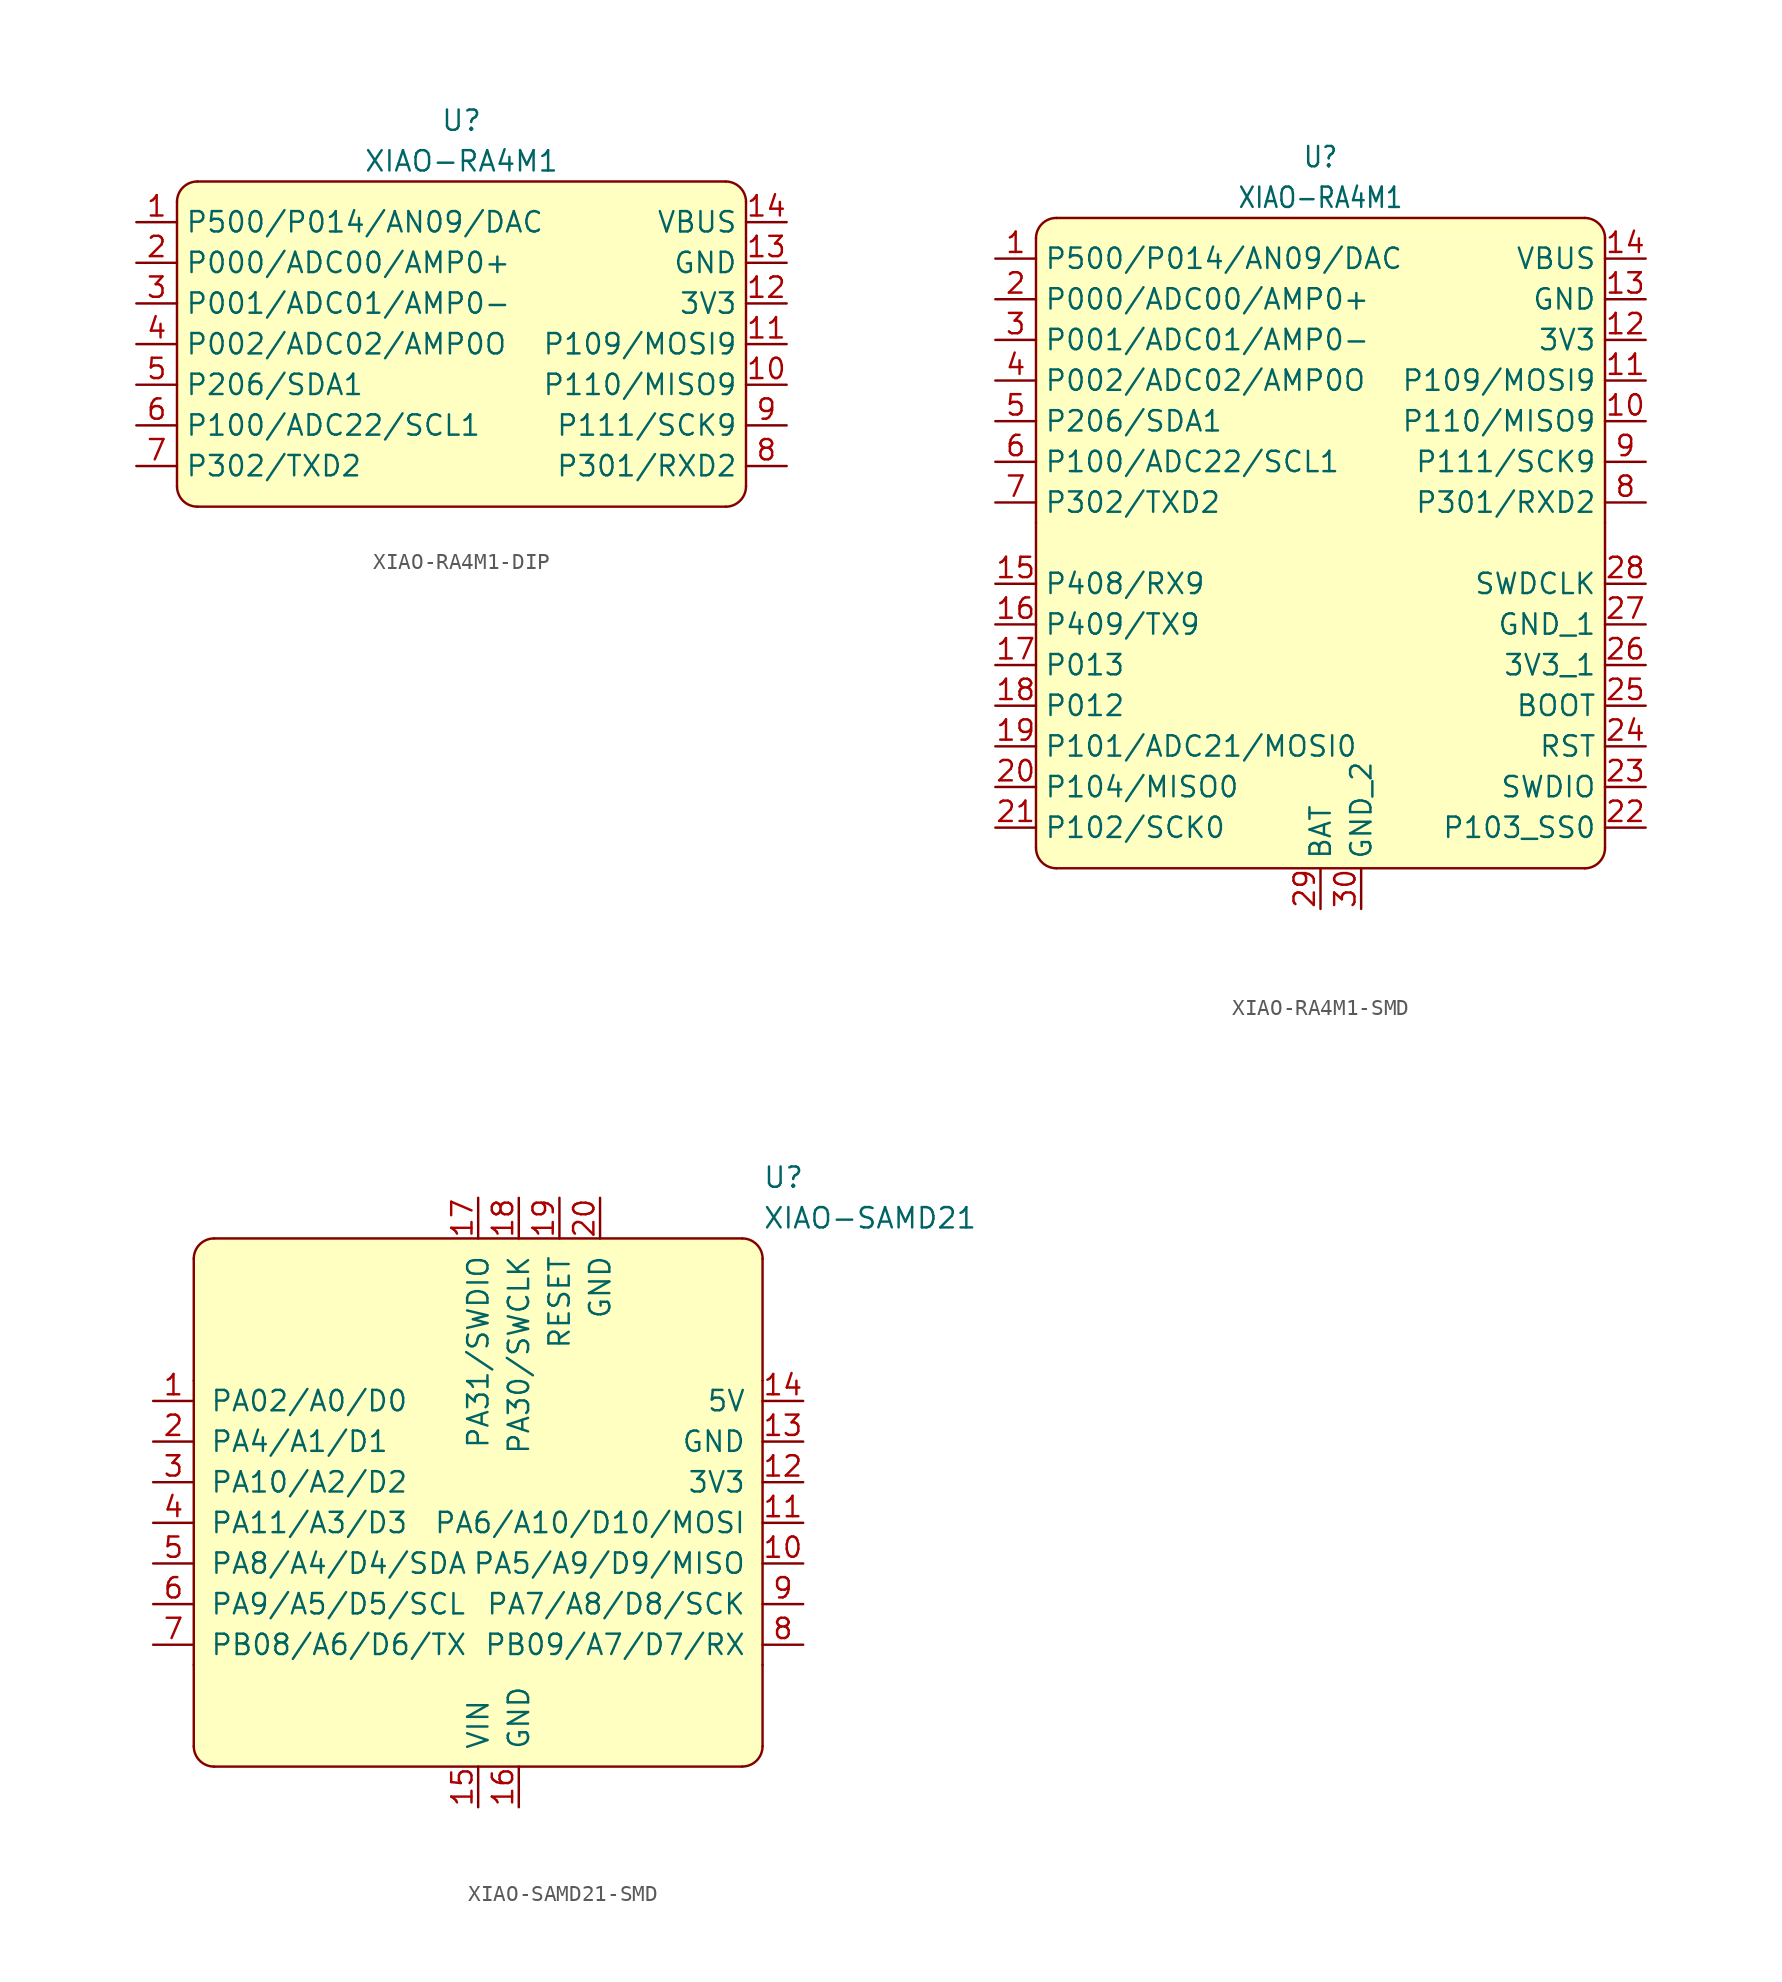
<source format=kicad_sym>
(kicad_symbol_lib
  (version 20241209)
  (generator "kicad_symbol_editor")
  (generator_version "9.0")
  (symbol "XIAO-RA4M1-DIP"
    (property "Reference" "U"
      (at 0 13.97 0)
      (effects (font (size 1.27 1.27))))
    (property "Value" "XIAO-RA4M1"
      (at 0 11.43 0)
      (effects (font (size 1.27 1.27))))
    (symbol "XIAO-RA4M1-DIP_1_0"
      (pin passive line (at -20.32 7.62 0) (length 2.54) (name "P500/P014/AN09/DAC" (effects (font (size 1.27 1.27)))) (number "1" (effects (font (size 1.27 1.27)))))
      (pin passive line (at -20.32 5.08 0) (length 2.54) (name "P000/ADC00/AMP0+" (effects (font (size 1.27 1.27)))) (number "2" (effects (font (size 1.27 1.27)))))
      (pin passive line (at -20.32 2.54 0) (length 2.54) (name "P001/ADC01/AMP0-" (effects (font (size 1.27 1.27)))) (number "3" (effects (font (size 1.27 1.27)))))
      (pin passive line (at -20.32 0 0) (length 2.54) (name "P002/ADC02/AMP0O" (effects (font (size 1.27 1.27)))) (number "4" (effects (font (size 1.27 1.27)))))
      (pin passive line (at -20.32 -2.54 0) (length 2.54) (name "P206/SDA1" (effects (font (size 1.27 1.27)))) (number "5" (effects (font (size 1.27 1.27)))))
      (pin passive line (at -20.32 -5.08 0) (length 2.54) (name "P100/ADC22/SCL1" (effects (font (size 1.27 1.27)))) (number "6" (effects (font (size 1.27 1.27)))))
      (pin passive line (at -20.32 -7.62 0) (length 2.54) (name "P302/TXD2" (effects (font (size 1.27 1.27)))) (number "7" (effects (font (size 1.27 1.27)))))
      (pin passive line (at 20.32 7.62 180) (length 2.54) (name "VBUS" (effects (font (size 1.27 1.27)))) (number "14" (effects (font (size 1.27 1.27)))))
      (pin passive line (at 20.32 5.08 180) (length 2.54) (name "GND" (effects (font (size 1.27 1.27)))) (number "13" (effects (font (size 1.27 1.27)))))
      (pin passive line (at 20.32 2.54 180) (length 2.54) (name "3V3" (effects (font (size 1.27 1.27)))) (number "12" (effects (font (size 1.27 1.27)))))
      (pin passive line (at 20.32 0 180) (length 2.54) (name "P109/MOSI9" (effects (font (size 1.27 1.27)))) (number "11" (effects (font (size 1.27 1.27)))))
      (pin passive line (at 20.32 -2.54 180) (length 2.54) (name "P110/MISO9" (effects (font (size 1.27 1.27)))) (number "10" (effects (font (size 1.27 1.27)))))
      (pin passive line (at 20.32 -5.08 180) (length 2.54) (name "P111/SCK9" (effects (font (size 1.27 1.27)))) (number "9" (effects (font (size 1.27 1.27)))))
      (pin passive line (at 20.32 -7.62 180) (length 2.54) (name "P301/RXD2" (effects (font (size 1.27 1.27)))) (number "8" (effects (font (size 1.27 1.27))))))
    (symbol "XIAO-RA4M1-DIP_1_1"
      (rectangle (start -17.78 8.89) (end 17.78 -8.89) (stroke (width -0.0001) (type solid)) (fill (type background)))
      (polyline (pts (xy -17.78 -8.89) (xy -17.78 8.89)) (stroke (width 0) (type default)) (fill (type none)))
      (rectangle (start -16.51 10.16) (end 16.51 8.89) (stroke (width -0.0001) (type solid)) (fill (type background)))
      (polyline (pts (xy -16.51 10.16) (xy 16.51 10.16)) (stroke (width 0) (type default)) (fill (type none)))
      (circle (center -16.51 8.89) (radius 1.27) (stroke (width -0.0001) (type solid)) (fill (type background)))
      (circle (center -16.51 -8.89) (radius 1.27) (stroke (width -0.0001) (type solid)) (fill (type background)))
      (rectangle (start -16.51 -8.89) (end 16.51 -10.16) (stroke (width -0.0001) (type solid)) (fill (type background)))
      (polyline (pts (xy -16.51 -10.16) (xy 16.51 -10.16)) (stroke (width 0) (type default)) (fill (type none)))
      (arc (start -17.78 8.89) (mid -17.408 9.788) (end -16.51 10.16) (stroke (width 0) (type default)) (fill (type none)))
      (arc (start -16.51 -10.16) (mid -17.408 -9.788) (end -17.78 -8.89) (stroke (width 0) (type default)) (fill (type none)))
      (arc (start 16.51 10.16) (mid 17.408 9.788) (end 17.78 8.89) (stroke (width 0) (type default)) (fill (type none)))
      (circle (center 16.51 8.89) (radius 1.27) (stroke (width -0.0001) (type solid)) (fill (type background)))
      (circle (center 16.51 -8.89) (radius 1.27) (stroke (width -0.0001) (type solid)) (fill (type background)))
      (arc (start 17.78 -8.89) (mid 17.408 -9.788) (end 16.51 -10.16) (stroke (width 0) (type default)) (fill (type none)))
      (polyline (pts (xy 17.78 -8.89) (xy 17.78 8.89)) (stroke (width 0) (type default)) (fill (type none)))))
  (symbol "XIAO-RA4M1-SMD"
    (property "Reference" "U"
      (at 0 13.97 0)
      (effects (font (size 1.27 1.079))))
    (property "Value" "XIAO-RA4M1"
      (at 0 11.43 0)
      (effects (font (size 1.27 1.079))))
    (symbol "XIAO-RA4M1-SMD_0_1"
      (polyline (pts (xy -17.78 -8.89) (xy -17.78 -29.21)) (stroke (width 0) (type default)) (fill (type none)))
      (polyline (pts (xy 17.78 -8.89) (xy 17.78 -29.21)) (stroke (width 0) (type default)) (fill (type none))))
    (symbol "XIAO-RA4M1-SMD_1_0"
      (pin passive line (at -20.32 7.62 0) (length 2.54) (name "P500/P014/AN09/DAC" (effects (font (size 1.27 1.27)))) (number "1" (effects (font (size 1.27 1.27)))))
      (pin passive line (at -20.32 5.08 0) (length 2.54) (name "P000/ADC00/AMP0+" (effects (font (size 1.27 1.27)))) (number "2" (effects (font (size 1.27 1.27)))))
      (pin passive line (at -20.32 2.54 0) (length 2.54) (name "P001/ADC01/AMP0-" (effects (font (size 1.27 1.27)))) (number "3" (effects (font (size 1.27 1.27)))))
      (pin passive line (at -20.32 0 0) (length 2.54) (name "P002/ADC02/AMP0O" (effects (font (size 1.27 1.27)))) (number "4" (effects (font (size 1.27 1.27)))))
      (pin passive line (at -20.32 -2.54 0) (length 2.54) (name "P206/SDA1" (effects (font (size 1.27 1.27)))) (number "5" (effects (font (size 1.27 1.27)))))
      (pin passive line (at -20.32 -5.08 0) (length 2.54) (name "P100/ADC22/SCL1" (effects (font (size 1.27 1.27)))) (number "6" (effects (font (size 1.27 1.27)))))
      (pin passive line (at -20.32 -7.62 0) (length 2.54) (name "P302/TXD2" (effects (font (size 1.27 1.27)))) (number "7" (effects (font (size 1.27 1.27)))))
      (pin passive line (at 20.32 7.62 180) (length 2.54) (name "VBUS" (effects (font (size 1.27 1.27)))) (number "14" (effects (font (size 1.27 1.27)))))
      (pin passive line (at 20.32 5.08 180) (length 2.54) (name "GND" (effects (font (size 1.27 1.27)))) (number "13" (effects (font (size 1.27 1.27)))))
      (pin passive line (at 20.32 2.54 180) (length 2.54) (name "3V3" (effects (font (size 1.27 1.27)))) (number "12" (effects (font (size 1.27 1.27)))))
      (pin passive line (at 20.32 0 180) (length 2.54) (name "P109/MOSI9" (effects (font (size 1.27 1.27)))) (number "11" (effects (font (size 1.27 1.27)))))
      (pin passive line (at 20.32 -2.54 180) (length 2.54) (name "P110/MISO9" (effects (font (size 1.27 1.27)))) (number "10" (effects (font (size 1.27 1.27)))))
      (pin passive line (at 20.32 -5.08 180) (length 2.54) (name "P111/SCK9" (effects (font (size 1.27 1.27)))) (number "9" (effects (font (size 1.27 1.27)))))
      (pin passive line (at 20.32 -7.62 180) (length 2.54) (name "P301/RXD2" (effects (font (size 1.27 1.27)))) (number "8" (effects (font (size 1.27 1.27))))))
    (symbol "XIAO-RA4M1-SMD_1_1"
      (rectangle (start -17.78 8.89) (end 17.78 -29.21) (stroke (width -0.0001) (type solid)) (fill (type background)))
      (polyline (pts (xy -17.78 -8.89) (xy -17.78 8.89)) (stroke (width 0) (type default)) (fill (type none)))
      (rectangle (start -16.51 10.16) (end 16.51 8.89) (stroke (width -0.0001) (type solid)) (fill (type background)))
      (polyline (pts (xy -16.51 10.16) (xy 16.51 10.16)) (stroke (width 0) (type default)) (fill (type none)))
      (circle (center -16.51 8.89) (radius 1.27) (stroke (width -0.0001) (type solid)) (fill (type background)))
      (circle (center -16.51 -29.21) (radius 1.27) (stroke (width -0.0001) (type solid)) (fill (type background)))
      (rectangle (start -16.51 -29.21) (end 16.51 -30.48) (stroke (width -0.0001) (type solid)) (fill (type background)))
      (polyline (pts (xy -16.51 -30.48) (xy 16.51 -30.48)) (stroke (width 0) (type default)) (fill (type none)))
      (arc (start -17.78 8.89) (mid -17.408 9.788) (end -16.51 10.16) (stroke (width 0) (type default)) (fill (type none)))
      (arc (start -16.51 -30.48) (mid -17.408 -30.108) (end -17.78 -29.21) (stroke (width 0) (type default)) (fill (type none)))
      (arc (start 16.51 10.16) (mid 17.408 9.788) (end 17.78 8.89) (stroke (width 0) (type default)) (fill (type none)))
      (circle (center 16.51 8.89) (radius 1.27) (stroke (width -0.0001) (type solid)) (fill (type background)))
      (circle (center 16.51 -29.21) (radius 1.27) (stroke (width -0.0001) (type solid)) (fill (type background)))
      (arc (start 17.78 -29.21) (mid 17.408 -30.108) (end 16.51 -30.48) (stroke (width 0) (type default)) (fill (type none)))
      (polyline (pts (xy 17.78 -8.89) (xy 17.78 8.89)) (stroke (width 0) (type default)) (fill (type none)))
      (pin passive line (at -20.32 -12.7 0) (length 2.54) (name "P408/RX9" (effects (font (size 1.27 1.27)))) (number "15" (effects (font (size 1.27 1.27)))))
      (pin passive line (at -20.32 -15.24 0) (length 2.54) (name "P409/TX9" (effects (font (size 1.27 1.27)))) (number "16" (effects (font (size 1.27 1.27)))))
      (pin passive line (at -20.32 -17.78 0) (length 2.54) (name "P013" (effects (font (size 1.27 1.27)))) (number "17" (effects (font (size 1.27 1.27)))))
      (pin passive line (at -20.32 -20.32 0) (length 2.54) (name "P012" (effects (font (size 1.27 1.27)))) (number "18" (effects (font (size 1.27 1.27)))))
      (pin passive line (at -20.32 -22.86 0) (length 2.54) (name "P101/ADC21/MOSI0" (effects (font (size 1.27 1.27)))) (number "19" (effects (font (size 1.27 1.27)))))
      (pin passive line (at -20.32 -25.4 0) (length 2.54) (name "P104/MISO0" (effects (font (size 1.27 1.27)))) (number "20" (effects (font (size 1.27 1.27)))))
      (pin passive line (at -20.32 -27.94 0) (length 2.54) (name "P102/SCK0" (effects (font (size 1.27 1.27)))) (number "21" (effects (font (size 1.27 1.27)))))
      (pin passive line (at 0 -33.02 90) (length 2.54) (name "BAT" (effects (font (size 1.27 1.27)))) (number "29" (effects (font (size 1.27 1.27)))))
      (pin passive line (at 2.54 -33.02 90) (length 2.54) (name "GND_2" (effects (font (size 1.27 1.27)))) (number "30" (effects (font (size 1.27 1.27)))))
      (pin passive line (at 20.32 -12.7 180) (length 2.54) (name "SWDCLK" (effects (font (size 1.27 1.27)))) (number "28" (effects (font (size 1.27 1.27)))))
      (pin passive line (at 20.32 -15.24 180) (length 2.54) (name "GND_1" (effects (font (size 1.27 1.27)))) (number "27" (effects (font (size 1.27 1.27)))))
      (pin passive line (at 20.32 -17.78 180) (length 2.54) (name "3V3_1" (effects (font (size 1.27 1.27)))) (number "26" (effects (font (size 1.27 1.27)))))
      (pin passive line (at 20.32 -20.32 180) (length 2.54) (name "BOOT" (effects (font (size 1.27 1.27)))) (number "25" (effects (font (size 1.27 1.27)))))
      (pin passive line (at 20.32 -22.86 180) (length 2.54) (name "RST" (effects (font (size 1.27 1.27)))) (number "24" (effects (font (size 1.27 1.27)))))
      (pin passive line (at 20.32 -25.4 180) (length 2.54) (name "SWDIO" (effects (font (size 1.27 1.27)))) (number "23" (effects (font (size 1.27 1.27)))))
      (pin passive line (at 20.32 -27.94 180) (length 2.54) (name "P103_SS0" (effects (font (size 1.27 1.27)))) (number "22" (effects (font (size 1.27 1.27)))))))
  (symbol "XIAO-SAMD21-SMD"
    (pin_names
      (offset 1.016))
    (property "Reference" "U"
      (at 17.78 21.59 0)
      (effects (font (size 1.27 1.27)) (justify left)))
    (property "Value" "XIAO-SAMD21"
      (at 17.78 19.05 0)
      (effects (font (size 1.27 1.27)) (justify left)))
    (symbol "XIAO-SAMD21-SMD_0_1"
      (polyline (pts (xy -17.78 16.51) (xy -17.78 8.89)) (stroke (width 0) (type default)) (fill (type none)))
      (polyline (pts (xy -17.78 -8.89) (xy -17.78 -13.97)) (stroke (width 0) (type default)) (fill (type none)))
      (polyline (pts (xy 17.78 16.51) (xy 17.78 8.89)) (stroke (width 0) (type default)) (fill (type none)))
      (polyline (pts (xy 17.78 -8.89) (xy 17.78 -13.97)) (stroke (width 0) (type default)) (fill (type none))))
    (symbol "XIAO-SAMD21-SMD_1_1"
      (rectangle (start -17.78 16.51) (end 17.78 -13.97) (stroke (width -0.0001) (type solid)) (fill (type background)))
      (polyline (pts (xy -17.78 -8.89) (xy -17.78 8.89)) (stroke (width 0) (type default)) (fill (type none)))
      (rectangle (start -16.51 17.78) (end 16.51 16.51) (stroke (width -0.0001) (type solid)) (fill (type background)))
      (polyline (pts (xy -16.51 17.78) (xy 16.51 17.78)) (stroke (width 0) (type default)) (fill (type none)))
      (circle (center -16.51 16.51) (radius 1.27) (stroke (width -0.0001) (type solid)) (fill (type background)))
      (circle (center -16.51 -13.97) (radius 1.27) (stroke (width -0.0001) (type solid)) (fill (type background)))
      (rectangle (start -16.51 -13.97) (end 16.51 -15.24) (stroke (width -0.0001) (type solid)) (fill (type background)))
      (polyline (pts (xy -16.51 -15.24) (xy 16.51 -15.24)) (stroke (width 0) (type default)) (fill (type none)))
      (arc (start -17.78 16.51) (mid -17.408 17.408) (end -16.51 17.78) (stroke (width 0) (type default)) (fill (type none)))
      (arc (start -16.51 -15.24) (mid -17.408 -14.868) (end -17.78 -13.97) (stroke (width 0) (type default)) (fill (type none)))
      (arc (start 16.51 17.78) (mid 17.408 17.408) (end 17.78 16.51) (stroke (width 0) (type default)) (fill (type none)))
      (circle (center 16.51 16.51) (radius 1.27) (stroke (width -0.0001) (type solid)) (fill (type background)))
      (circle (center 16.51 -13.97) (radius 1.27) (stroke (width -0.0001) (type solid)) (fill (type background)))
      (arc (start 17.78 -13.97) (mid 17.408 -14.868) (end 16.51 -15.24) (stroke (width 0) (type default)) (fill (type none)))
      (polyline (pts (xy 17.78 -8.89) (xy 17.78 8.89)) (stroke (width 0) (type default)) (fill (type none)))
      (pin passive line (at -20.32 7.62 0) (length 2.54) (name "PA02/A0/D0" (effects (font (size 1.27 1.27)))) (number "1" (effects (font (size 1.27 1.27)))))
      (pin passive line (at -20.32 5.08 0) (length 2.54) (name "PA4/A1/D1" (effects (font (size 1.27 1.27)))) (number "2" (effects (font (size 1.27 1.27)))))
      (pin passive line (at -20.32 2.54 0) (length 2.54) (name "PA10/A2/D2" (effects (font (size 1.27 1.27)))) (number "3" (effects (font (size 1.27 1.27)))))
      (pin passive line (at -20.32 0 0) (length 2.54) (name "PA11/A3/D3" (effects (font (size 1.27 1.27)))) (number "4" (effects (font (size 1.27 1.27)))))
      (pin passive line (at -20.32 -2.54 0) (length 2.54) (name "PA8/A4/D4/SDA" (effects (font (size 1.27 1.27)))) (number "5" (effects (font (size 1.27 1.27)))))
      (pin passive line (at -20.32 -5.08 0) (length 2.54) (name "PA9/A5/D5/SCL" (effects (font (size 1.27 1.27)))) (number "6" (effects (font (size 1.27 1.27)))))
      (pin passive line (at -20.32 -7.62 0) (length 2.54) (name "PB08/A6/D6/TX" (effects (font (size 1.27 1.27)))) (number "7" (effects (font (size 1.27 1.27)))))
      (pin passive line (at 0 20.32 270) (length 2.54) (name "PA31/SWDIO" (effects (font (size 1.27 1.27)))) (number "17" (effects (font (size 1.27 1.27)))))
      (pin passive line (at 0 -17.78 90) (length 2.54) (name "VIN" (effects (font (size 1.27 1.27)))) (number "15" (effects (font (size 1.27 1.27)))))
      (pin passive line (at 2.54 20.32 270) (length 2.54) (name "PA30/SWCLK" (effects (font (size 1.27 1.27)))) (number "18" (effects (font (size 1.27 1.27)))))
      (pin passive line (at 2.54 -17.78 90) (length 2.54) (name "GND" (effects (font (size 1.27 1.27)))) (number "16" (effects (font (size 1.27 1.27)))))
      (pin passive line (at 5.08 20.32 270) (length 2.54) (name "RESET" (effects (font (size 1.27 1.27)))) (number "19" (effects (font (size 1.27 1.27)))))
      (pin passive line (at 7.62 20.32 270) (length 2.54) (name "GND" (effects (font (size 1.27 1.27)))) (number "20" (effects (font (size 1.27 1.27)))))
      (pin passive line (at 20.32 7.62 180) (length 2.54) (name "5V" (effects (font (size 1.27 1.27)))) (number "14" (effects (font (size 1.27 1.27)))))
      (pin passive line (at 20.32 5.08 180) (length 2.54) (name "GND" (effects (font (size 1.27 1.27)))) (number "13" (effects (font (size 1.27 1.27)))))
      (pin passive line (at 20.32 2.54 180) (length 2.54) (name "3V3" (effects (font (size 1.27 1.27)))) (number "12" (effects (font (size 1.27 1.27)))))
      (pin passive line (at 20.32 0 180) (length 2.54) (name "PA6/A10/D10/MOSI" (effects (font (size 1.27 1.27)))) (number "11" (effects (font (size 1.27 1.27)))))
      (pin passive line (at 20.32 -2.54 180) (length 2.54) (name "PA5/A9/D9/MISO" (effects (font (size 1.27 1.27)))) (number "10" (effects (font (size 1.27 1.27)))))
      (pin passive line (at 20.32 -5.08 180) (length 2.54) (name "PA7/A8/D8/SCK" (effects (font (size 1.27 1.27)))) (number "9" (effects (font (size 1.27 1.27)))))
      (pin passive line (at 20.32 -7.62 180) (length 2.54) (name "PB09/A7/D7/RX" (effects (font (size 1.27 1.27)))) (number "8" (effects (font (size 1.27 1.27))))))))
</source>
